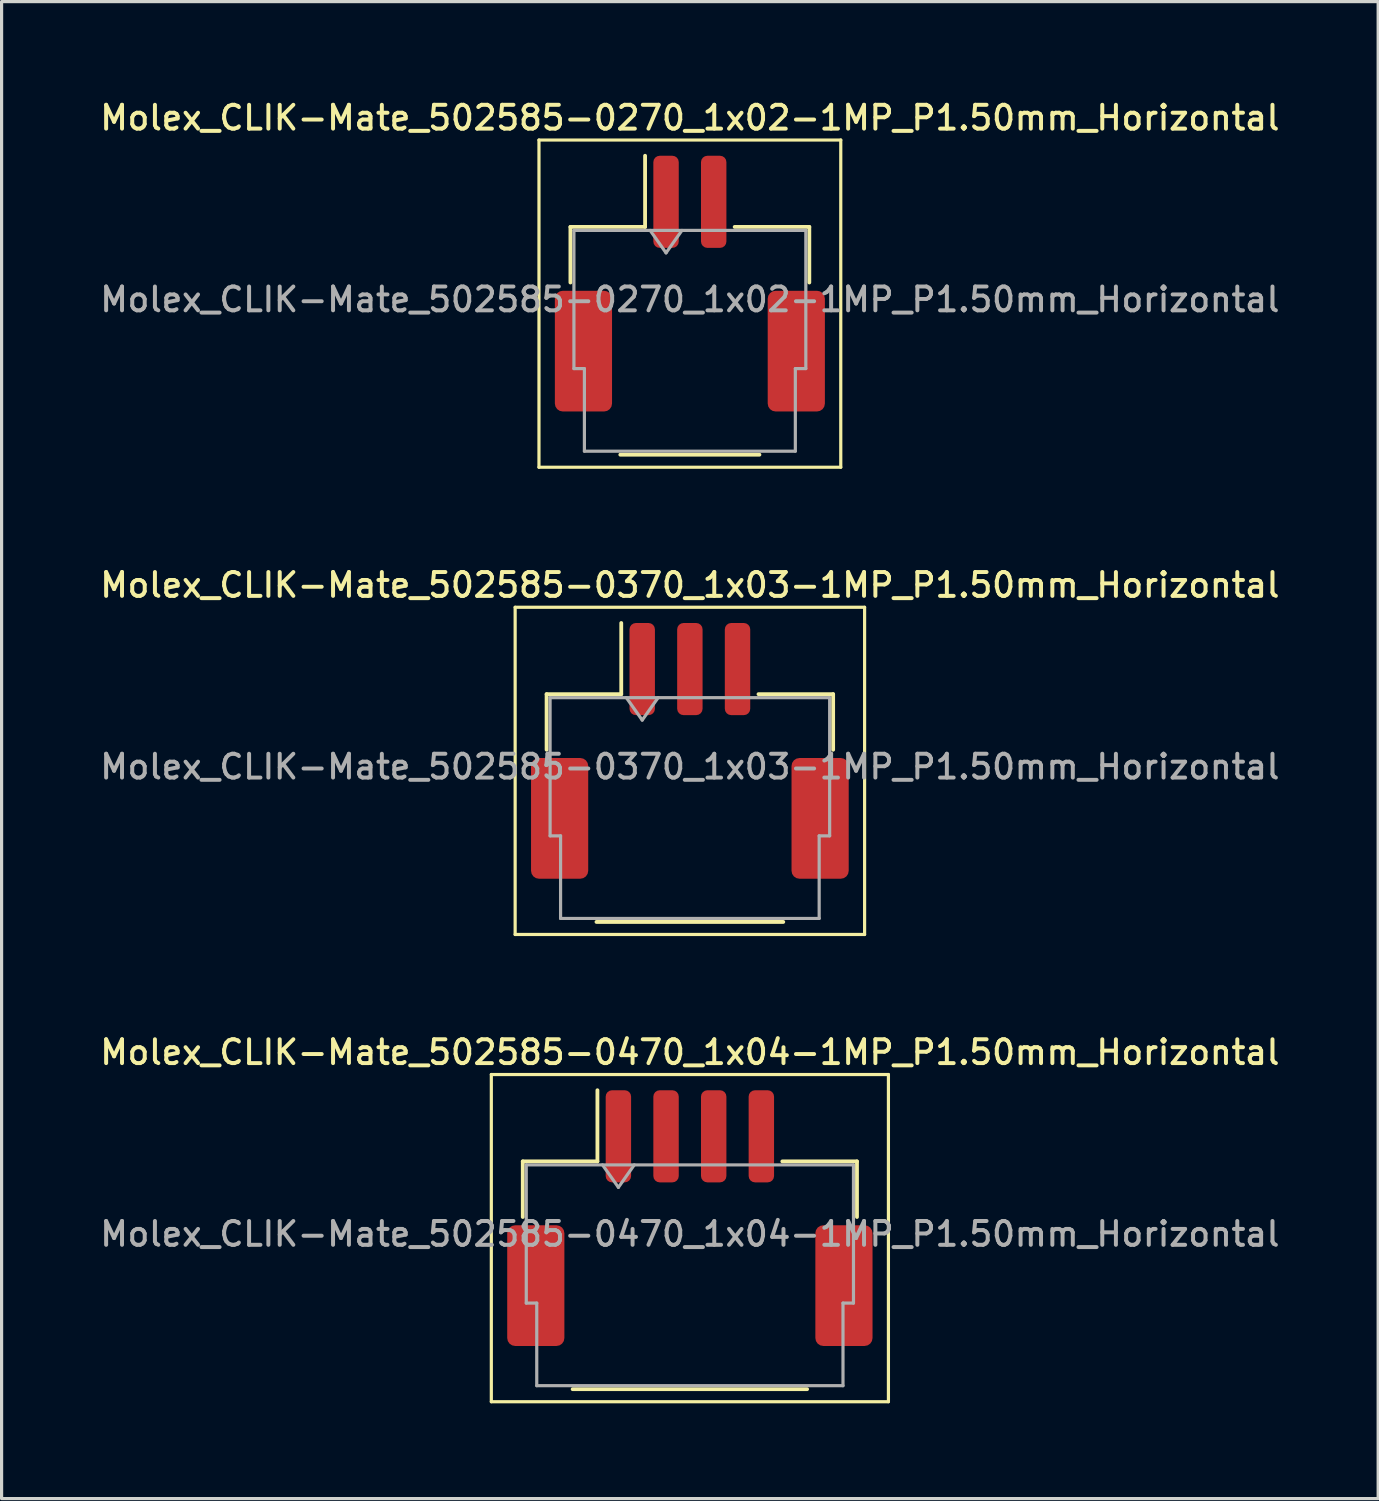
<source format=kicad_pcb>
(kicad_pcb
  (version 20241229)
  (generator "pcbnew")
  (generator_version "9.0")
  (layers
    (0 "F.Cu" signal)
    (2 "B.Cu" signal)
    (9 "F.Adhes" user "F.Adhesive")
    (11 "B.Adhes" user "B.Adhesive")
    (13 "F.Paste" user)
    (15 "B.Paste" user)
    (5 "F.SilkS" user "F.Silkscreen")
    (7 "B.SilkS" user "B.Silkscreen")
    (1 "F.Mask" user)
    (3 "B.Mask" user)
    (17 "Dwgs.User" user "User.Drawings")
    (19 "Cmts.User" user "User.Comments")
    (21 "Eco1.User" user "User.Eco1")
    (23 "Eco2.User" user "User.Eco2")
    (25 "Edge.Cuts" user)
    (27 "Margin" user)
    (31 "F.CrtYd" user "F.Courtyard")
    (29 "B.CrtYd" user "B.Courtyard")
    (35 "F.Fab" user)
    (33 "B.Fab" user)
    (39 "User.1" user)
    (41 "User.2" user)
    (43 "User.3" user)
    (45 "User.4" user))
  (footprint "Molex_CLIK-Mate_502585-0370_1x03-1MP_P1.50mm_Horizontal"
    (layer "F.Cu")
    (at 18.666 20.586)
    (property "Reference" "Molex_CLIK-Mate_502585-0370_1x03-1MP_P1.50mm_Horizontal" (at 0 -5.22 0) (layer "F.SilkS") (effects (font (size 0.75 0.75) (thickness 0.125))))
    (attr smd)
    (fp_line (start -5.5 -4.52) (end -5.5 5.78) (stroke (width 0.1) (type solid)) (layer "F.SilkS"))
    (fp_line (start -5.5 5.78) (end 5.5 5.78) (stroke (width 0.1) (type solid)) (layer "F.SilkS"))
    (fp_line (start -4.51 -1.785) (end -2.16 -1.785) (stroke (width 0.12) (type solid)) (layer "F.SilkS"))
    (fp_line (start -4.51 -0.035) (end -4.51 -1.785) (stroke (width 0.12) (type solid)) (layer "F.SilkS"))
    (fp_line (start -2.94 5.385) (end 2.94 5.385) (stroke (width 0.12) (type solid)) (layer "F.SilkS"))
    (fp_line (start -2.16 -1.785) (end -2.16 -4.025) (stroke (width 0.12) (type solid)) (layer "F.SilkS"))
    (fp_line (start 4.51 -1.785) (end 2.16 -1.785) (stroke (width 0.12) (type solid)) (layer "F.SilkS"))
    (fp_line (start 4.51 -0.035) (end 4.51 -1.785) (stroke (width 0.12) (type solid)) (layer "F.SilkS"))
    (fp_line (start 5.5 -4.52) (end -5.5 -4.52) (stroke (width 0.1) (type solid)) (layer "F.SilkS"))
    (fp_line (start 5.5 5.78) (end 5.5 -4.52) (stroke (width 0.1) (type solid)) (layer "F.SilkS"))
    (fp_line (start -4.4 -1.675) (end -4.4 2.675) (stroke (width 0.1) (type solid)) (layer "F.Fab"))
    (fp_line (start -4.4 -1.675) (end 4.4 -1.675) (stroke (width 0.1) (type solid)) (layer "F.Fab"))
    (fp_line (start -4.4 2.675) (end -4.07 2.675) (stroke (width 0.1) (type solid)) (layer "F.Fab"))
    (fp_line (start -4.07 2.675) (end -4.07 5.275) (stroke (width 0.1) (type solid)) (layer "F.Fab"))
    (fp_line (start -4.07 5.275) (end 4.07 5.275) (stroke (width 0.1) (type solid)) (layer "F.Fab"))
    (fp_line (start -2 -1.675) (end -1.5 -0.968) (stroke (width 0.1) (type solid)) (layer "F.Fab"))
    (fp_line (start -1.5 -0.968) (end -1 -1.675) (stroke (width 0.1) (type solid)) (layer "F.Fab"))
    (fp_line (start 4.07 2.675) (end 4.4 2.675) (stroke (width 0.1) (type solid)) (layer "F.Fab"))
    (fp_line (start 4.07 5.275) (end 4.07 2.675) (stroke (width 0.1) (type solid)) (layer "F.Fab"))
    (fp_line (start 4.4 -1.675) (end 4.4 2.675) (stroke (width 0.1) (type solid)) (layer "F.Fab"))
    (fp_text user "${REFERENCE}" (at 0 0.5 0) (layer "F.Fab") (effects (font (size 0.75 0.75) (thickness 0.125))))
    (pad "1" smd roundrect (at -1.5 -2.575) (size 0.8 2.9) (layers "F.Cu" "F.Mask" "F.Paste") (roundrect_rratio 0.25))
    (pad "2" smd roundrect (at 0 -2.575) (size 0.8 2.9) (layers "F.Cu" "F.Mask" "F.Paste") (roundrect_rratio 0.25))
    (pad "3" smd roundrect (at 1.5 -2.575) (size 0.8 2.9) (layers "F.Cu" "F.Mask" "F.Paste") (roundrect_rratio 0.25))
    (pad "MP" smd roundrect (at -4.1 2.125) (size 1.8 3.8) (layers "F.Cu" "F.Mask" "F.Paste") (roundrect_rratio 0.139))
    (pad "MP" smd roundrect (at 4.1 2.125) (size 1.8 3.8) (layers "F.Cu" "F.Mask" "F.Paste") (roundrect_rratio 0.139)))
  (footprint "Molex_CLIK-Mate_502585-0470_1x04-1MP_P1.50mm_Horizontal"
    (layer "F.Cu")
    (at 18.666 35.294)
    (property "Reference" "Molex_CLIK-Mate_502585-0470_1x04-1MP_P1.50mm_Horizontal" (at 0 -5.22 0) (layer "F.SilkS") (effects (font (size 0.75 0.75) (thickness 0.125))))
    (attr smd)
    (fp_line (start -6.25 -4.52) (end -6.25 5.78) (stroke (width 0.1) (type solid)) (layer "F.SilkS"))
    (fp_line (start -6.25 5.78) (end 6.25 5.78) (stroke (width 0.1) (type solid)) (layer "F.SilkS"))
    (fp_line (start -5.26 -1.785) (end -2.91 -1.785) (stroke (width 0.12) (type solid)) (layer "F.SilkS"))
    (fp_line (start -5.26 -0.035) (end -5.26 -1.785) (stroke (width 0.12) (type solid)) (layer "F.SilkS"))
    (fp_line (start -3.69 5.385) (end 3.69 5.385) (stroke (width 0.12) (type solid)) (layer "F.SilkS"))
    (fp_line (start -2.91 -1.785) (end -2.91 -4.025) (stroke (width 0.12) (type solid)) (layer "F.SilkS"))
    (fp_line (start 5.26 -1.785) (end 2.91 -1.785) (stroke (width 0.12) (type solid)) (layer "F.SilkS"))
    (fp_line (start 5.26 -0.035) (end 5.26 -1.785) (stroke (width 0.12) (type solid)) (layer "F.SilkS"))
    (fp_line (start 6.25 -4.52) (end -6.25 -4.52) (stroke (width 0.1) (type solid)) (layer "F.SilkS"))
    (fp_line (start 6.25 5.78) (end 6.25 -4.52) (stroke (width 0.1) (type solid)) (layer "F.SilkS"))
    (fp_line (start -5.15 -1.675) (end -5.15 2.675) (stroke (width 0.1) (type solid)) (layer "F.Fab"))
    (fp_line (start -5.15 -1.675) (end 5.15 -1.675) (stroke (width 0.1) (type solid)) (layer "F.Fab"))
    (fp_line (start -5.15 2.675) (end -4.82 2.675) (stroke (width 0.1) (type solid)) (layer "F.Fab"))
    (fp_line (start -4.82 2.675) (end -4.82 5.275) (stroke (width 0.1) (type solid)) (layer "F.Fab"))
    (fp_line (start -4.82 5.275) (end 4.82 5.275) (stroke (width 0.1) (type solid)) (layer "F.Fab"))
    (fp_line (start -2.75 -1.675) (end -2.25 -0.968) (stroke (width 0.1) (type solid)) (layer "F.Fab"))
    (fp_line (start -2.25 -0.968) (end -1.75 -1.675) (stroke (width 0.1) (type solid)) (layer "F.Fab"))
    (fp_line (start 4.82 2.675) (end 5.15 2.675) (stroke (width 0.1) (type solid)) (layer "F.Fab"))
    (fp_line (start 4.82 5.275) (end 4.82 2.675) (stroke (width 0.1) (type solid)) (layer "F.Fab"))
    (fp_line (start 5.15 -1.675) (end 5.15 2.675) (stroke (width 0.1) (type solid)) (layer "F.Fab"))
    (fp_text user "${REFERENCE}" (at 0 0.5 0) (layer "F.Fab") (effects (font (size 0.75 0.75) (thickness 0.125))))
    (pad "1" smd roundrect (at -2.25 -2.575) (size 0.8 2.9) (layers "F.Cu" "F.Mask" "F.Paste") (roundrect_rratio 0.25))
    (pad "2" smd roundrect (at -0.75 -2.575) (size 0.8 2.9) (layers "F.Cu" "F.Mask" "F.Paste") (roundrect_rratio 0.25))
    (pad "3" smd roundrect (at 0.75 -2.575) (size 0.8 2.9) (layers "F.Cu" "F.Mask" "F.Paste") (roundrect_rratio 0.25))
    (pad "4" smd roundrect (at 2.25 -2.575) (size 0.8 2.9) (layers "F.Cu" "F.Mask" "F.Paste") (roundrect_rratio 0.25))
    (pad "MP" smd roundrect (at -4.85 2.125) (size 1.8 3.8) (layers "F.Cu" "F.Mask" "F.Paste") (roundrect_rratio 0.139))
    (pad "MP" smd roundrect (at 4.85 2.125) (size 1.8 3.8) (layers "F.Cu" "F.Mask" "F.Paste") (roundrect_rratio 0.139)))
  (footprint "Molex_CLIK-Mate_502585-0270_1x02-1MP_P1.50mm_Horizontal"
    (layer "F.Cu")
    (at 18.666 5.878)
    (property "Reference" "Molex_CLIK-Mate_502585-0270_1x02-1MP_P1.50mm_Horizontal" (at 0 -5.22 0) (layer "F.SilkS") (effects (font (size 0.75 0.75) (thickness 0.125))))
    (attr smd)
    (fp_line (start -4.75 -4.52) (end -4.75 5.78) (stroke (width 0.1) (type solid)) (layer "F.SilkS"))
    (fp_line (start -4.75 5.78) (end 4.75 5.78) (stroke (width 0.1) (type solid)) (layer "F.SilkS"))
    (fp_line (start -3.76 -1.785) (end -1.41 -1.785) (stroke (width 0.12) (type solid)) (layer "F.SilkS"))
    (fp_line (start -3.76 -0.035) (end -3.76 -1.785) (stroke (width 0.12) (type solid)) (layer "F.SilkS"))
    (fp_line (start -2.19 5.385) (end 2.19 5.385) (stroke (width 0.12) (type solid)) (layer "F.SilkS"))
    (fp_line (start -1.41 -1.785) (end -1.41 -4.025) (stroke (width 0.12) (type solid)) (layer "F.SilkS"))
    (fp_line (start 3.76 -1.785) (end 1.41 -1.785) (stroke (width 0.12) (type solid)) (layer "F.SilkS"))
    (fp_line (start 3.76 -0.035) (end 3.76 -1.785) (stroke (width 0.12) (type solid)) (layer "F.SilkS"))
    (fp_line (start 4.75 -4.52) (end -4.75 -4.52) (stroke (width 0.1) (type solid)) (layer "F.SilkS"))
    (fp_line (start 4.75 5.78) (end 4.75 -4.52) (stroke (width 0.1) (type solid)) (layer "F.SilkS"))
    (fp_line (start -3.65 -1.675) (end -3.65 2.675) (stroke (width 0.1) (type solid)) (layer "F.Fab"))
    (fp_line (start -3.65 -1.675) (end 3.65 -1.675) (stroke (width 0.1) (type solid)) (layer "F.Fab"))
    (fp_line (start -3.65 2.675) (end -3.32 2.675) (stroke (width 0.1) (type solid)) (layer "F.Fab"))
    (fp_line (start -3.32 2.675) (end -3.32 5.275) (stroke (width 0.1) (type solid)) (layer "F.Fab"))
    (fp_line (start -3.32 5.275) (end 3.32 5.275) (stroke (width 0.1) (type solid)) (layer "F.Fab"))
    (fp_line (start -1.25 -1.675) (end -0.75 -0.968) (stroke (width 0.1) (type solid)) (layer "F.Fab"))
    (fp_line (start -0.75 -0.968) (end -0.25 -1.675) (stroke (width 0.1) (type solid)) (layer "F.Fab"))
    (fp_line (start 3.32 2.675) (end 3.65 2.675) (stroke (width 0.1) (type solid)) (layer "F.Fab"))
    (fp_line (start 3.32 5.275) (end 3.32 2.675) (stroke (width 0.1) (type solid)) (layer "F.Fab"))
    (fp_line (start 3.65 -1.675) (end 3.65 2.675) (stroke (width 0.1) (type solid)) (layer "F.Fab"))
    (fp_text user "${REFERENCE}" (at 0 0.5 0) (layer "F.Fab") (effects (font (size 0.75 0.75) (thickness 0.125))))
    (pad "1" smd roundrect (at -0.75 -2.575) (size 0.8 2.9) (layers "F.Cu" "F.Mask" "F.Paste") (roundrect_rratio 0.25))
    (pad "2" smd roundrect (at 0.75 -2.575) (size 0.8 2.9) (layers "F.Cu" "F.Mask" "F.Paste") (roundrect_rratio 0.25))
    (pad "MP" smd roundrect (at -3.35 2.125) (size 1.8 3.8) (layers "F.Cu" "F.Mask" "F.Paste") (roundrect_rratio 0.139))
    (pad "MP" smd roundrect (at 3.35 2.125) (size 1.8 3.8) (layers "F.Cu" "F.Mask" "F.Paste") (roundrect_rratio 0.139)))
  (gr_rect
    (start -3 -3)
    (end 40.332 44.124)
    (stroke (width 0.1) (type default))
    (fill no)
    (layer "Edge.Cuts")))
</source>
